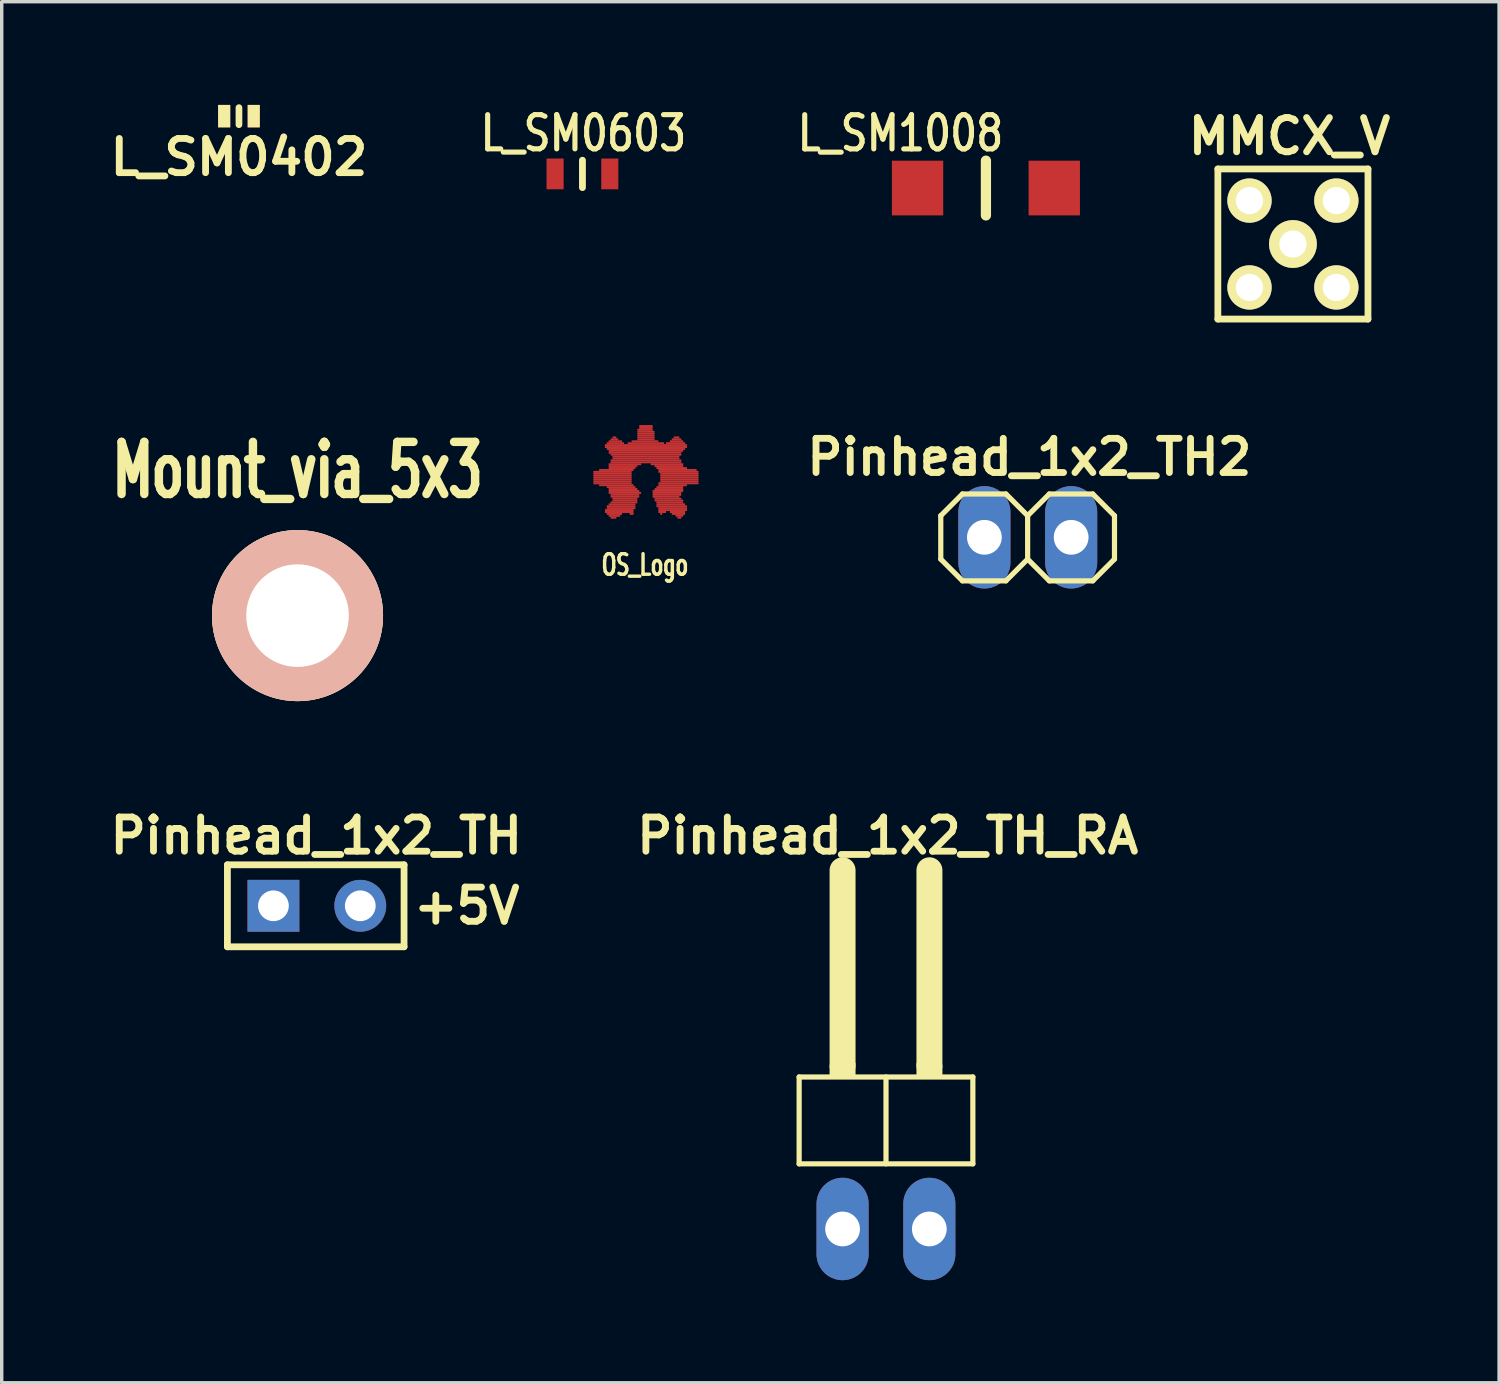
<source format=kicad_pcb>
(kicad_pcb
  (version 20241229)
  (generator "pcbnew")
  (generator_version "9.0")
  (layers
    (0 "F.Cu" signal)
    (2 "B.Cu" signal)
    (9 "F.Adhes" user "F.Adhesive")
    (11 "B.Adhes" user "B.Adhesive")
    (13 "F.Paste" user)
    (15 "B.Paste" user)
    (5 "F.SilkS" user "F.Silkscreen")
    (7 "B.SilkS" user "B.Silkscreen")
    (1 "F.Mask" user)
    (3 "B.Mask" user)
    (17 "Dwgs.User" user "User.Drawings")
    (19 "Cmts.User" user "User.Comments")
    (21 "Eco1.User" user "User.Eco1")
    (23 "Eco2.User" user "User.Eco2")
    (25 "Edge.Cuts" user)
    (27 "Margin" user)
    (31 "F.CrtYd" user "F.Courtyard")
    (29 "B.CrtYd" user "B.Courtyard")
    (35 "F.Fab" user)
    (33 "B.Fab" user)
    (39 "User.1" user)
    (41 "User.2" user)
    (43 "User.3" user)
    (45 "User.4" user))
  (footprint "Pinhead_1x2_TH_RA"
    (layer "F.Cu")
    (at 22.86 32.89)
    (property "Reference" "Pinhead_1x2_TH_RA" (at 0.05 -11.5 0) (layer "F.SilkS") (effects (font (size 1 1) (thickness 0.2))))
    (attr smd)
    (fp_line (start -2.54 -4.445) (end -2.54 -1.905) (stroke (width 0.152) (type solid)) (layer "F.SilkS"))
    (fp_line (start -2.54 -1.905) (end 2.54 -1.905) (stroke (width 0.152) (type solid)) (layer "F.SilkS"))
    (fp_line (start -1.57 -4.775) (end -1.57 -4.468) (stroke (width 0.16) (type solid)) (layer "F.SilkS"))
    (fp_line (start -1.27 -4.77) (end -1.27 -10.49) (stroke (width 0.759) (type solid)) (layer "F.SilkS"))
    (fp_line (start -0.963 -4.826) (end -0.963 -4.468) (stroke (width 0.145) (type solid)) (layer "F.SilkS"))
    (fp_line (start 0 -4.445) (end 0 -1.905) (stroke (width 0.152) (type solid)) (layer "F.SilkS"))
    (fp_line (start 0.963 -4.826) (end 0.963 -4.468) (stroke (width 0.145) (type solid)) (layer "F.SilkS"))
    (fp_line (start 1.27 -4.773) (end 1.27 -10.49) (stroke (width 0.759) (type solid)) (layer "F.SilkS"))
    (fp_line (start 1.57 -4.775) (end 1.57 -4.468) (stroke (width 0.16) (type solid)) (layer "F.SilkS"))
    (fp_line (start 2.54 -4.445) (end -2.54 -4.445) (stroke (width 0.152) (type solid)) (layer "F.SilkS"))
    (fp_line (start 2.54 -1.905) (end 2.54 -4.445) (stroke (width 0.152) (type solid)) (layer "F.SilkS"))
    (pad "1" thru_hole oval (at -1.27 0) (size 1.524 2.995) (drill 1.016) (layers "*.Cu" "*.Paste" "*.Mask"))
    (pad "2" thru_hole oval (at 1.267 0) (size 1.524 2.995) (drill 1.016) (layers "*.Cu" "*.Paste" "*.Mask")))
  (footprint "L_SM1008"
    (layer "F.Cu")
    (at 25.782 2.449)
    (property "Reference" "L_SM1008" (at -2.499 -1.6 0) (layer "F.SilkS") (effects (font (size 1.001 0.8) (thickness 0.15))))
    (attr through_hole)
    (fp_line (start 0 -0.8) (end 0 0.8) (stroke (width 0.3) (type solid)) (layer "F.SilkS"))
    (pad "1" smd rect (at -1.999 0) (size 1.501 1.6) (layers "F.Cu" "F.Mask" "F.Paste"))
    (pad "2" smd rect (at 1.999 0) (size 1.501 1.6) (layers "F.Cu" "F.Mask" "F.Paste")))
  (footprint "Pinhead_1x2_TH"
    (layer "F.Cu")
    (at 3.6 22.24)
    (property "Reference" "Pinhead_1x2_TH" (at 2.6 -0.85 0) (layer "F.SilkS") (effects (font (size 1 1) (thickness 0.2))))
    (attr through_hole)
    (fp_line (start 0 0) (end 0 2.398) (stroke (width 0.198) (type solid)) (layer "F.SilkS"))
    (fp_line (start 0 0) (end 5.166 0) (stroke (width 0.198) (type solid)) (layer "F.SilkS"))
    (fp_line (start 0 2.398) (end 5.166 2.398) (stroke (width 0.198) (type solid)) (layer "F.SilkS"))
    (fp_line (start 5.166 0) (end 5.166 2.398) (stroke (width 0.198) (type solid)) (layer "F.SilkS"))
    (fp_text user "+5V" (at 7 1.2 0) (layer "F.SilkS") (effects (font (size 1 1) (thickness 0.2))))
    (pad "1" thru_hole rect (at 1.346 1.199) (size 1.516 1.516) (drill 0.899) (layers "*.Cu" "*.Paste" "*.Mask"))
    (pad "2" thru_hole circle (at 3.886 1.199) (size 1.516 1.516) (drill 0.899) (layers "*.Cu" "*.Paste" "*.Mask")))
  (footprint "L_SM0603"
    (layer "F.Cu")
    (at 13.983 2.036)
    (property "Reference" "L_SM0603" (at 0.028 -1.188 0) (layer "F.SilkS") (effects (font (size 1 0.8) (thickness 0.15))))
    (attr smd)
    (fp_line (start 0 -0.4) (end 0 0.4) (stroke (width 0.2) (type solid)) (layer "F.SilkS"))
    (pad "1" smd rect (at -0.8 0) (size 0.5 0.9) (layers "F.Cu" "F.Mask" "F.Paste"))
    (pad "2" smd rect (at 0.8 0) (size 0.5 0.9) (layers "F.Cu" "F.Mask" "F.Paste")))
  (footprint "MMCX_V"
    (layer "F.Cu")
    (at 34.76 4.086)
    (property "Reference" "MMCX_V" (at -0.1 -3.15 0) (layer "F.SilkS") (effects (font (size 1 1) (thickness 0.2))))
    (attr through_hole)
    (fp_line (start -2.195 -2.195) (end -2.195 2.195) (stroke (width 0.198) (type solid)) (layer "F.SilkS"))
    (fp_line (start -2.195 -2.195) (end 2.195 -2.195) (stroke (width 0.198) (type solid)) (layer "F.SilkS"))
    (fp_line (start -2.195 2.195) (end 2.195 2.195) (stroke (width 0.198) (type solid)) (layer "F.SilkS"))
    (fp_line (start 2.195 -2.195) (end 2.195 2.195) (stroke (width 0.198) (type solid)) (layer "F.SilkS"))
    (pad "1" thru_hole circle (at 0 0) (size 1.397 1.397) (drill 0.798) (layers "*.Cu" "*.Mask" "F.SilkS" "B.Paste"))
    (pad "2" thru_hole circle (at -1.27 -1.27) (size 1.295 1.295) (drill 0.798) (layers "*.Cu" "*.Mask" "F.SilkS" "B.Paste"))
    (pad "3" thru_hole circle (at 1.27 -1.27) (size 1.295 1.295) (drill 0.798) (layers "*.Cu" "*.Mask" "F.SilkS" "B.Paste"))
    (pad "4" thru_hole circle (at -1.27 1.27) (size 1.295 1.295) (drill 0.798) (layers "*.Cu" "*.Mask" "F.SilkS" "B.Paste"))
    (pad "5" thru_hole circle (at 1.27 1.27) (size 1.295 1.295) (drill 0.798) (layers "*.Cu" "*.Mask" "F.SilkS" "B.Paste")))
  (footprint "Mount_via_5x3"
    (layer "F.Cu")
    (at 5.651 14.953)
    (property "Reference" "Mount_via_5x3" (at 0 -4.249 0) (layer "F.SilkS") (effects (font (size 1.524 0.996) (thickness 0.246))))
    (attr through_hole)
    (pad "1" thru_hole circle (at 0 0) (size 5.001 5.001) (drill 3) (layers "*.Cu" "*.SilkS" "*.Mask")))
  (footprint "OS_Logo"
    (layer "F.Cu")
    (at 15.812 11.28)
    (property "Reference" "OS_Logo" (at 0 2.19 0) (layer "F.SilkS") (effects (font (size 0.6 0.4) (thickness 0.1))))
    (attr exclude_from_pos_files exclude_from_bom)
    (pad "" smd rect (at -0.95 -0.531) (size 1.118 0.056) (layers "F.Cu" "F.Mask"))
    (pad "" smd rect (at -0.95 -0.475) (size 1.118 0.056) (layers "F.Cu" "F.Mask"))
    (pad "" smd rect (at -0.95 -0.419) (size 1.118 0.056) (layers "F.Cu" "F.Mask"))
    (pad "" smd rect (at -0.95 -0.363) (size 1.118 0.056) (layers "F.Cu" "F.Mask"))
    (pad "" smd rect (at -0.95 -0.307) (size 1.118 0.056) (layers "F.Cu" "F.Mask"))
    (pad "" smd rect (at -0.95 -0.251) (size 1.118 0.056) (layers "F.Cu" "F.Mask"))
    (pad "" smd rect (at -0.95 -0.196) (size 1.118 0.056) (layers "F.Cu" "F.Mask"))
    (pad "" smd rect (at -0.922 0.81) (size 0.168 0.056) (layers "F.Cu" "F.Mask"))
    (pad "" smd rect (at -0.894 -1.537) (size 0.112 0.056) (layers "F.Cu" "F.Mask"))
    (pad "" smd rect (at -0.894 -1.481) (size 0.224 0.056) (layers "F.Cu" "F.Mask"))
    (pad "" smd rect (at -0.894 0.699) (size 0.447 0.056) (layers "F.Cu" "F.Mask"))
    (pad "" smd rect (at -0.894 0.754) (size 0.335 0.056) (layers "F.Cu" "F.Mask"))
    (pad "" smd rect (at -0.866 -1.425) (size 0.391 0.056) (layers "F.Cu" "F.Mask"))
    (pad "" smd rect (at -0.866 -1.369) (size 0.503 0.056) (layers "F.Cu" "F.Mask"))
    (pad "" smd rect (at -0.838 -0.587) (size 1.006 0.056) (layers "F.Cu" "F.Mask"))
    (pad "" smd rect (at -0.838 -0.14) (size 1.006 0.056) (layers "F.Cu" "F.Mask"))
    (pad "" smd rect (at -0.754 0.587) (size 0.838 0.056) (layers "F.Cu" "F.Mask"))
    (pad "" smd rect (at -0.754 0.643) (size 0.838 0.056) (layers "F.Cu" "F.Mask"))
    (pad "" smd rect (at -0.699 -0.084) (size 0.838 0.056) (layers "F.Cu" "F.Mask"))
    (pad "" smd rect (at -0.699 0.475) (size 0.838 0.056) (layers "F.Cu" "F.Mask"))
    (pad "" smd rect (at -0.699 0.531) (size 0.838 0.056) (layers "F.Cu" "F.Mask"))
    (pad "" smd rect (at -0.671 -0.643) (size 0.782 0.056) (layers "F.Cu" "F.Mask"))
    (pad "" smd rect (at -0.671 0.419) (size 0.782 0.056) (layers "F.Cu" "F.Mask"))
    (pad "" smd rect (at -0.643 -0.699) (size 0.838 0.056) (layers "F.Cu" "F.Mask"))
    (pad "" smd rect (at -0.643 -0.028) (size 0.838 0.056) (layers "F.Cu" "F.Mask"))
    (pad "" smd rect (at -0.615 0.028) (size 0.894 0.056) (layers "F.Cu" "F.Mask"))
    (pad "" smd rect (at -0.615 0.363) (size 0.782 0.056) (layers "F.Cu" "F.Mask"))
    (pad "" smd rect (at -0.587 -0.754) (size 0.95 0.056) (layers "F.Cu" "F.Mask"))
    (pad "" smd rect (at -0.587 0.084) (size 0.95 0.056) (layers "F.Cu" "F.Mask"))
    (pad "" smd rect (at -0.587 0.14) (size 0.838 0.056) (layers "F.Cu" "F.Mask"))
    (pad "" smd rect (at -0.587 0.196) (size 0.838 0.056) (layers "F.Cu" "F.Mask"))
    (pad "" smd rect (at -0.587 0.251) (size 0.726 0.056) (layers "F.Cu" "F.Mask"))
    (pad "" smd rect (at -0.587 0.307) (size 0.726 0.056) (layers "F.Cu" "F.Mask"))
    (pad "" smd rect (at -0.391 0.699) (size 0.112 0.056) (layers "F.Cu" "F.Mask"))
    (pad "" smd rect (at 0 -1.76) (size 0.447 0.056) (layers "F.Cu" "F.Mask"))
    (pad "" smd rect (at 0 -1.425) (size 0.782 0.056) (layers "F.Cu" "F.Mask"))
    (pad "" smd rect (at 0 -1.09) (size 2.123 0.056) (layers "F.Cu" "F.Mask"))
    (pad "" smd rect (at 0.028 -1.872) (size 0.391 0.056) (layers "F.Cu" "F.Mask"))
    (pad "" smd rect (at 0.028 -1.816) (size 0.391 0.056) (layers "F.Cu" "F.Mask"))
    (pad "" smd rect (at 0.028 -1.704) (size 0.503 0.056) (layers "F.Cu" "F.Mask"))
    (pad "" smd rect (at 0.028 -1.648) (size 0.503 0.056) (layers "F.Cu" "F.Mask"))
    (pad "" smd rect (at 0.028 -1.593) (size 0.503 0.056) (layers "F.Cu" "F.Mask"))
    (pad "" smd rect (at 0.028 -1.537) (size 0.503 0.056) (layers "F.Cu" "F.Mask"))
    (pad "" smd rect (at 0.028 -1.481) (size 0.503 0.056) (layers "F.Cu" "F.Mask"))
    (pad "" smd rect (at 0.028 -1.369) (size 1.062 0.056) (layers "F.Cu" "F.Mask"))
    (pad "" smd rect (at 0.028 -1.313) (size 2.403 0.056) (layers "F.Cu" "F.Mask"))
    (pad "" smd rect (at 0.028 -1.257) (size 2.403 0.056) (layers "F.Cu" "F.Mask"))
    (pad "" smd rect (at 0.028 -1.201) (size 2.291 0.056) (layers "F.Cu" "F.Mask"))
    (pad "" smd rect (at 0.028 -1.146) (size 2.179 0.056) (layers "F.Cu" "F.Mask"))
    (pad "" smd rect (at 0.028 -1.034) (size 2.068 0.056) (layers "F.Cu" "F.Mask"))
    (pad "" smd rect (at 0.028 -0.978) (size 1.956 0.056) (layers "F.Cu" "F.Mask"))
    (pad "" smd rect (at 0.028 -0.922) (size 1.956 0.056) (layers "F.Cu" "F.Mask"))
    (pad "" smd rect (at 0.028 -0.866) (size 2.068 0.056) (layers "F.Cu" "F.Mask"))
    (pad "" smd rect (at 0.028 -0.81) (size 2.068 0.056) (layers "F.Cu" "F.Mask"))
    (pad "" smd rect (at 0.475 0.699) (size 0.056 0.056) (layers "F.Cu" "F.Mask"))
    (pad "" smd rect (at 0.503 0.643) (size 0.224 0.056) (layers "F.Cu" "F.Mask"))
    (pad "" smd rect (at 0.615 0.196) (size 0.782 0.056) (layers "F.Cu" "F.Mask"))
    (pad "" smd rect (at 0.643 -0.754) (size 0.95 0.056) (layers "F.Cu" "F.Mask"))
    (pad "" smd rect (at 0.643 0.084) (size 0.838 0.056) (layers "F.Cu" "F.Mask"))
    (pad "" smd rect (at 0.643 0.14) (size 0.838 0.056) (layers "F.Cu" "F.Mask"))
    (pad "" smd rect (at 0.671 0.028) (size 0.894 0.056) (layers "F.Cu" "F.Mask"))
    (pad "" smd rect (at 0.671 0.251) (size 0.782 0.056) (layers "F.Cu" "F.Mask"))
    (pad "" smd rect (at 0.699 -0.699) (size 0.838 0.056) (layers "F.Cu" "F.Mask"))
    (pad "" smd rect (at 0.699 -0.028) (size 0.838 0.056) (layers "F.Cu" "F.Mask"))
    (pad "" smd rect (at 0.699 0.307) (size 0.838 0.056) (layers "F.Cu" "F.Mask"))
    (pad "" smd rect (at 0.726 -0.084) (size 0.782 0.056) (layers "F.Cu" "F.Mask"))
    (pad "" smd rect (at 0.726 0.363) (size 0.782 0.056) (layers "F.Cu" "F.Mask"))
    (pad "" smd rect (at 0.754 0.419) (size 0.838 0.056) (layers "F.Cu" "F.Mask"))
    (pad "" smd rect (at 0.782 -0.643) (size 0.894 0.056) (layers "F.Cu" "F.Mask"))
    (pad "" smd rect (at 0.782 0.475) (size 0.894 0.056) (layers "F.Cu" "F.Mask"))
    (pad "" smd rect (at 0.81 -0.14) (size 0.838 0.056) (layers "F.Cu" "F.Mask"))
    (pad "" smd rect (at 0.81 0.531) (size 0.838 0.056) (layers "F.Cu" "F.Mask"))
    (pad "" smd rect (at 0.81 0.587) (size 0.838 0.056) (layers "F.Cu" "F.Mask"))
    (pad "" smd rect (at 0.894 -1.369) (size 0.559 0.056) (layers "F.Cu" "F.Mask"))
    (pad "" smd rect (at 0.922 -1.537) (size 0.168 0.056) (layers "F.Cu" "F.Mask"))
    (pad "" smd rect (at 0.922 -1.481) (size 0.279 0.056) (layers "F.Cu" "F.Mask"))
    (pad "" smd rect (at 0.922 -1.425) (size 0.391 0.056) (layers "F.Cu" "F.Mask"))
    (pad "" smd rect (at 0.95 -0.587) (size 1.118 0.056) (layers "F.Cu" "F.Mask"))
    (pad "" smd rect (at 0.95 0.643) (size 0.447 0.056) (layers "F.Cu" "F.Mask"))
    (pad "" smd rect (at 0.978 -0.531) (size 1.173 0.056) (layers "F.Cu" "F.Mask"))
    (pad "" smd rect (at 0.978 -0.196) (size 1.173 0.056) (layers "F.Cu" "F.Mask"))
    (pad "" smd rect (at 0.978 0.699) (size 0.391 0.056) (layers "F.Cu" "F.Mask"))
    (pad "" smd rect (at 1.006 -0.475) (size 1.118 0.056) (layers "F.Cu" "F.Mask"))
    (pad "" smd rect (at 1.006 -0.419) (size 1.118 0.056) (layers "F.Cu" "F.Mask"))
    (pad "" smd rect (at 1.006 -0.363) (size 1.118 0.056) (layers "F.Cu" "F.Mask"))
    (pad "" smd rect (at 1.006 -0.307) (size 1.118 0.056) (layers "F.Cu" "F.Mask"))
    (pad "" smd rect (at 1.006 -0.251) (size 1.118 0.056) (layers "F.Cu" "F.Mask"))
    (pad "" smd rect (at 1.006 0.754) (size 0.224 0.056) (layers "F.Cu" "F.Mask"))
    (pad "" smd rect (at 1.006 0.81) (size 0.112 0.056) (layers "F.Cu" "F.Mask")))
  (footprint "L_SM0402"
    (layer "F.Cu")
    (at 3.938 0.347)
    (property "Reference" "L_SM0402" (at 0 1.2 0) (layer "F.SilkS") (effects (font (size 1 1) (thickness 0.2))))
    (attr smd)
    (fp_line (start 0 -0.249) (end 0 0.249) (stroke (width 0.196) (type solid)) (layer "F.SilkS"))
    (pad "1" smd rect (at -0.432 0) (size 0.356 0.658) (layers "F.Cu" "F.Mask" "F.SilkS" "F.Paste"))
    (pad "2" smd rect (at 0.432 0) (size 0.356 0.658) (layers "F.Cu" "F.Mask" "F.SilkS" "F.Paste")))
  (footprint "Pinhead_1x2_TH2"
    (layer "F.Cu")
    (at 27.002 12.666)
    (property "Reference" "Pinhead_1x2_TH2" (at 0.05 -2.35 0) (layer "F.SilkS") (effects (font (size 1 1) (thickness 0.2))))
    (attr smd)
    (fp_line (start -2.54 -0.635) (end -1.905 -1.27) (stroke (width 0.152) (type solid)) (layer "F.SilkS"))
    (fp_line (start -2.54 0.635) (end -2.54 -0.635) (stroke (width 0.152) (type solid)) (layer "F.SilkS"))
    (fp_line (start -1.905 -1.27) (end -0.635 -1.27) (stroke (width 0.152) (type solid)) (layer "F.SilkS"))
    (fp_line (start -1.905 1.27) (end -2.54 0.635) (stroke (width 0.152) (type solid)) (layer "F.SilkS"))
    (fp_line (start -0.635 -1.27) (end 0 -0.635) (stroke (width 0.152) (type solid)) (layer "F.SilkS"))
    (fp_line (start -0.635 1.27) (end -1.905 1.27) (stroke (width 0.152) (type solid)) (layer "F.SilkS"))
    (fp_line (start 0 -0.635) (end 0.635 -1.27) (stroke (width 0.152) (type solid)) (layer "F.SilkS"))
    (fp_line (start 0 -0.599) (end 0 0.599) (stroke (width 0.152) (type solid)) (layer "F.SilkS"))
    (fp_line (start 0 0.635) (end -0.635 1.27) (stroke (width 0.152) (type solid)) (layer "F.SilkS"))
    (fp_line (start 0.635 -1.27) (end 1.905 -1.27) (stroke (width 0.152) (type solid)) (layer "F.SilkS"))
    (fp_line (start 0.635 1.27) (end 0 0.635) (stroke (width 0.152) (type solid)) (layer "F.SilkS"))
    (fp_line (start 1.905 -1.27) (end 2.54 -0.635) (stroke (width 0.152) (type solid)) (layer "F.SilkS"))
    (fp_line (start 1.905 1.27) (end 0.635 1.27) (stroke (width 0.152) (type solid)) (layer "F.SilkS"))
    (fp_line (start 2.54 -0.635) (end 2.54 0.635) (stroke (width 0.152) (type solid)) (layer "F.SilkS"))
    (fp_line (start 2.54 0.635) (end 1.905 1.27) (stroke (width 0.152) (type solid)) (layer "F.SilkS"))
    (pad "1" thru_hole oval (at -1.265 -0.003) (size 1.524 2.995) (drill 1.016) (layers "*.Cu" "*.Paste" "*.Mask"))
    (pad "2" thru_hole oval (at 1.273 -0.003) (size 1.524 2.995) (drill 1.016) (layers "*.Cu" "*.Paste" "*.Mask")))
  (gr_rect
    (start -3 -3)
    (end 40.789 37.387)
    (stroke (width 0.1) (type default))
    (fill no)
    (layer "Edge.Cuts")))
</source>
